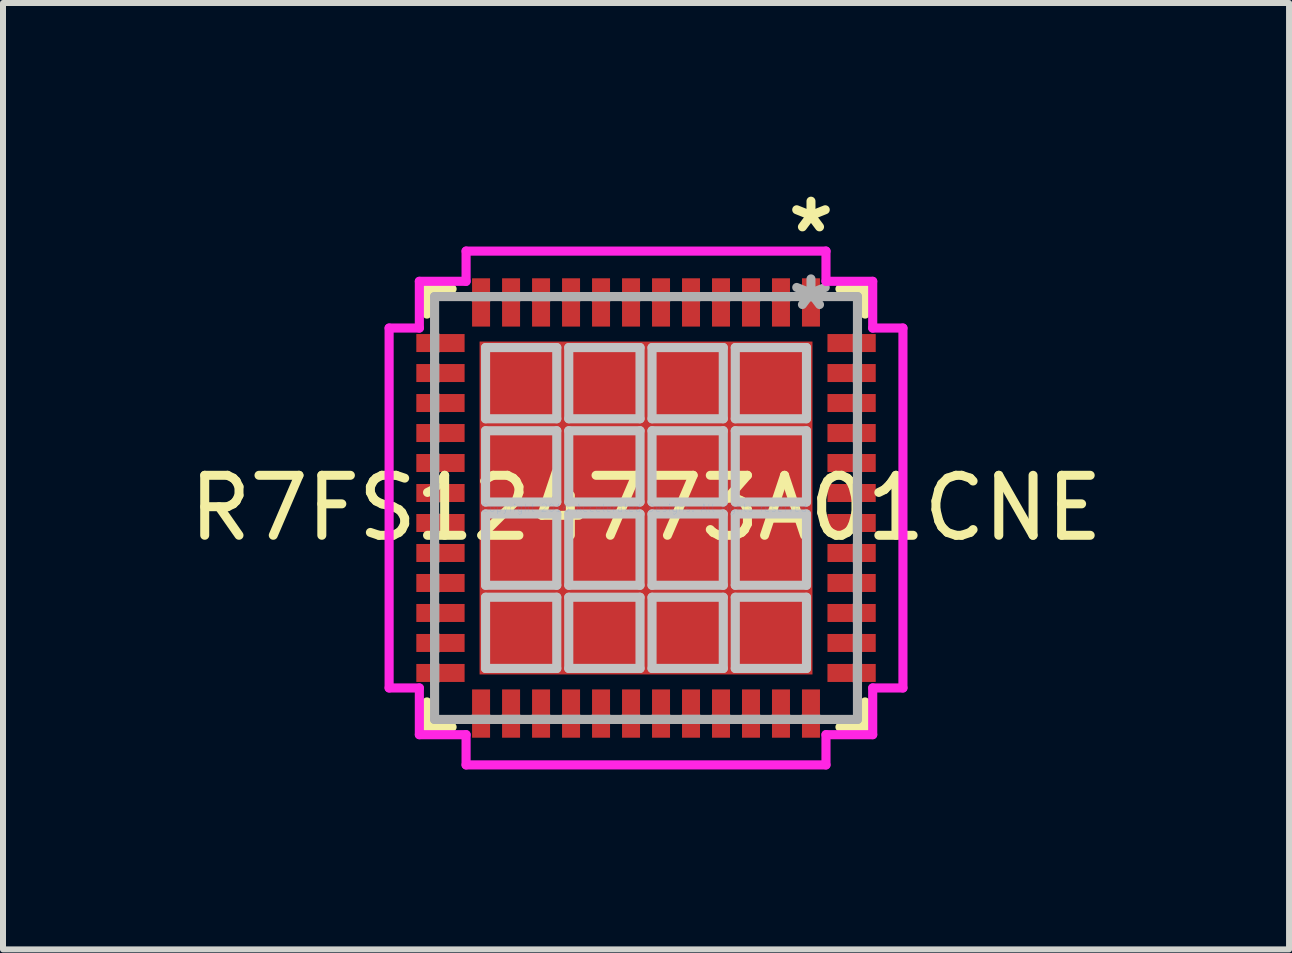
<source format=kicad_pcb>
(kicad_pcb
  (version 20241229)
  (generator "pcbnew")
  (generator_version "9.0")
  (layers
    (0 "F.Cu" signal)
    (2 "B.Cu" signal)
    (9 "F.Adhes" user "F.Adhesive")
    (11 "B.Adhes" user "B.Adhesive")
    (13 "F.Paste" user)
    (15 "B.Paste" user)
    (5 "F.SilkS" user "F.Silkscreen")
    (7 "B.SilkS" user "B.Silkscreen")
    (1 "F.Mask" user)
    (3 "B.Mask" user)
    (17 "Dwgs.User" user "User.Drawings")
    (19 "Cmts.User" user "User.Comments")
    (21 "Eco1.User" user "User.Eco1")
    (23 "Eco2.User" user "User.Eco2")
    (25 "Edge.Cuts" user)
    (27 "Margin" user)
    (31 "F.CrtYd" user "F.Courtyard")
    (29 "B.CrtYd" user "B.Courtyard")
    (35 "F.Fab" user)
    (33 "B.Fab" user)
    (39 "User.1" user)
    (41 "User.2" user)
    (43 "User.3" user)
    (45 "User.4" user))
  (footprint "R7FS124773A01CNE"
    (layer "F.Cu")
    (at 7.72 5.419)
    (property "Reference" "R7FS124773A01CNE" (at 0 0 0) (layer "F.SilkS") (effects (font (size 1 1) (thickness 0.15))))
    (attr through_hole)
    (fp_line (start -3.652 -3.652) (end -3.652 -3.233) (stroke (width 0.152) (type solid)) (layer "F.SilkS"))
    (fp_line (start -3.652 3.233) (end -3.652 3.652) (stroke (width 0.152) (type solid)) (layer "F.SilkS"))
    (fp_line (start -3.652 3.652) (end -3.233 3.652) (stroke (width 0.152) (type solid)) (layer "F.SilkS"))
    (fp_line (start -3.233 -3.652) (end -3.652 -3.652) (stroke (width 0.152) (type solid)) (layer "F.SilkS"))
    (fp_line (start 3.233 3.652) (end 3.652 3.652) (stroke (width 0.152) (type solid)) (layer "F.SilkS"))
    (fp_line (start 3.652 -3.652) (end 3.233 -3.652) (stroke (width 0.152) (type solid)) (layer "F.SilkS"))
    (fp_line (start 3.652 -3.233) (end 3.652 -3.652) (stroke (width 0.152) (type solid)) (layer "F.SilkS"))
    (fp_line (start 3.652 3.652) (end 3.652 3.233) (stroke (width 0.152) (type solid)) (layer "F.SilkS"))
    (fp_line (start -2.675 -2.675) (end -2.675 -1.488) (stroke (width 0.152) (type solid)) (layer "Dwgs.User"))
    (fp_line (start -2.675 -1.488) (end -1.488 -1.488) (stroke (width 0.152) (type solid)) (layer "Dwgs.User"))
    (fp_line (start -2.675 -1.288) (end -2.675 -0.1) (stroke (width 0.152) (type solid)) (layer "Dwgs.User"))
    (fp_line (start -2.675 -0.1) (end -1.488 -0.1) (stroke (width 0.152) (type solid)) (layer "Dwgs.User"))
    (fp_line (start -2.675 0.1) (end -2.675 1.288) (stroke (width 0.152) (type solid)) (layer "Dwgs.User"))
    (fp_line (start -2.675 1.288) (end -1.488 1.288) (stroke (width 0.152) (type solid)) (layer "Dwgs.User"))
    (fp_line (start -2.675 1.488) (end -2.675 2.675) (stroke (width 0.152) (type solid)) (layer "Dwgs.User"))
    (fp_line (start -2.675 2.675) (end -1.488 2.675) (stroke (width 0.152) (type solid)) (layer "Dwgs.User"))
    (fp_line (start -1.488 -2.675) (end -2.675 -2.675) (stroke (width 0.152) (type solid)) (layer "Dwgs.User"))
    (fp_line (start -1.488 -1.488) (end -1.488 -2.675) (stroke (width 0.152) (type solid)) (layer "Dwgs.User"))
    (fp_line (start -1.488 -1.288) (end -2.675 -1.288) (stroke (width 0.152) (type solid)) (layer "Dwgs.User"))
    (fp_line (start -1.488 -0.1) (end -1.488 -1.288) (stroke (width 0.152) (type solid)) (layer "Dwgs.User"))
    (fp_line (start -1.488 0.1) (end -2.675 0.1) (stroke (width 0.152) (type solid)) (layer "Dwgs.User"))
    (fp_line (start -1.488 1.288) (end -1.488 0.1) (stroke (width 0.152) (type solid)) (layer "Dwgs.User"))
    (fp_line (start -1.488 1.488) (end -2.675 1.488) (stroke (width 0.152) (type solid)) (layer "Dwgs.User"))
    (fp_line (start -1.488 2.675) (end -1.488 1.488) (stroke (width 0.152) (type solid)) (layer "Dwgs.User"))
    (fp_line (start -1.288 -2.675) (end -1.288 -1.488) (stroke (width 0.152) (type solid)) (layer "Dwgs.User"))
    (fp_line (start -1.288 -1.488) (end -0.1 -1.488) (stroke (width 0.152) (type solid)) (layer "Dwgs.User"))
    (fp_line (start -1.288 -1.288) (end -1.288 -0.1) (stroke (width 0.152) (type solid)) (layer "Dwgs.User"))
    (fp_line (start -1.288 -0.1) (end -0.1 -0.1) (stroke (width 0.152) (type solid)) (layer "Dwgs.User"))
    (fp_line (start -1.288 0.1) (end -1.288 1.288) (stroke (width 0.152) (type solid)) (layer "Dwgs.User"))
    (fp_line (start -1.288 1.288) (end -0.1 1.288) (stroke (width 0.152) (type solid)) (layer "Dwgs.User"))
    (fp_line (start -1.288 1.488) (end -1.288 2.675) (stroke (width 0.152) (type solid)) (layer "Dwgs.User"))
    (fp_line (start -1.288 2.675) (end -0.1 2.675) (stroke (width 0.152) (type solid)) (layer "Dwgs.User"))
    (fp_line (start -0.1 -2.675) (end -1.288 -2.675) (stroke (width 0.152) (type solid)) (layer "Dwgs.User"))
    (fp_line (start -0.1 -1.488) (end -0.1 -2.675) (stroke (width 0.152) (type solid)) (layer "Dwgs.User"))
    (fp_line (start -0.1 -1.288) (end -1.288 -1.288) (stroke (width 0.152) (type solid)) (layer "Dwgs.User"))
    (fp_line (start -0.1 -0.1) (end -0.1 -1.288) (stroke (width 0.152) (type solid)) (layer "Dwgs.User"))
    (fp_line (start -0.1 0.1) (end -1.288 0.1) (stroke (width 0.152) (type solid)) (layer "Dwgs.User"))
    (fp_line (start -0.1 1.288) (end -0.1 0.1) (stroke (width 0.152) (type solid)) (layer "Dwgs.User"))
    (fp_line (start -0.1 1.488) (end -1.288 1.488) (stroke (width 0.152) (type solid)) (layer "Dwgs.User"))
    (fp_line (start -0.1 2.675) (end -0.1 1.488) (stroke (width 0.152) (type solid)) (layer "Dwgs.User"))
    (fp_line (start 0.1 -2.675) (end 0.1 -1.488) (stroke (width 0.152) (type solid)) (layer "Dwgs.User"))
    (fp_line (start 0.1 -1.488) (end 1.288 -1.488) (stroke (width 0.152) (type solid)) (layer "Dwgs.User"))
    (fp_line (start 0.1 -1.288) (end 0.1 -0.1) (stroke (width 0.152) (type solid)) (layer "Dwgs.User"))
    (fp_line (start 0.1 -0.1) (end 1.288 -0.1) (stroke (width 0.152) (type solid)) (layer "Dwgs.User"))
    (fp_line (start 0.1 0.1) (end 0.1 1.288) (stroke (width 0.152) (type solid)) (layer "Dwgs.User"))
    (fp_line (start 0.1 1.288) (end 1.288 1.288) (stroke (width 0.152) (type solid)) (layer "Dwgs.User"))
    (fp_line (start 0.1 1.488) (end 0.1 2.675) (stroke (width 0.152) (type solid)) (layer "Dwgs.User"))
    (fp_line (start 0.1 2.675) (end 1.288 2.675) (stroke (width 0.152) (type solid)) (layer "Dwgs.User"))
    (fp_line (start 1.288 -2.675) (end 0.1 -2.675) (stroke (width 0.152) (type solid)) (layer "Dwgs.User"))
    (fp_line (start 1.288 -1.488) (end 1.288 -2.675) (stroke (width 0.152) (type solid)) (layer "Dwgs.User"))
    (fp_line (start 1.288 -1.288) (end 0.1 -1.288) (stroke (width 0.152) (type solid)) (layer "Dwgs.User"))
    (fp_line (start 1.288 -0.1) (end 1.288 -1.288) (stroke (width 0.152) (type solid)) (layer "Dwgs.User"))
    (fp_line (start 1.288 0.1) (end 0.1 0.1) (stroke (width 0.152) (type solid)) (layer "Dwgs.User"))
    (fp_line (start 1.288 1.288) (end 1.288 0.1) (stroke (width 0.152) (type solid)) (layer "Dwgs.User"))
    (fp_line (start 1.288 1.488) (end 0.1 1.488) (stroke (width 0.152) (type solid)) (layer "Dwgs.User"))
    (fp_line (start 1.288 2.675) (end 1.288 1.488) (stroke (width 0.152) (type solid)) (layer "Dwgs.User"))
    (fp_line (start 1.488 -2.675) (end 1.488 -1.488) (stroke (width 0.152) (type solid)) (layer "Dwgs.User"))
    (fp_line (start 1.488 -1.488) (end 2.675 -1.488) (stroke (width 0.152) (type solid)) (layer "Dwgs.User"))
    (fp_line (start 1.488 -1.288) (end 1.488 -0.1) (stroke (width 0.152) (type solid)) (layer "Dwgs.User"))
    (fp_line (start 1.488 -0.1) (end 2.675 -0.1) (stroke (width 0.152) (type solid)) (layer "Dwgs.User"))
    (fp_line (start 1.488 0.1) (end 1.488 1.288) (stroke (width 0.152) (type solid)) (layer "Dwgs.User"))
    (fp_line (start 1.488 1.288) (end 2.675 1.288) (stroke (width 0.152) (type solid)) (layer "Dwgs.User"))
    (fp_line (start 1.488 1.488) (end 1.488 2.675) (stroke (width 0.152) (type solid)) (layer "Dwgs.User"))
    (fp_line (start 1.488 2.675) (end 2.675 2.675) (stroke (width 0.152) (type solid)) (layer "Dwgs.User"))
    (fp_line (start 2.675 -2.675) (end 1.488 -2.675) (stroke (width 0.152) (type solid)) (layer "Dwgs.User"))
    (fp_line (start 2.675 -1.488) (end 2.675 -2.675) (stroke (width 0.152) (type solid)) (layer "Dwgs.User"))
    (fp_line (start 2.675 -1.288) (end 1.488 -1.288) (stroke (width 0.152) (type solid)) (layer "Dwgs.User"))
    (fp_line (start 2.675 -0.1) (end 2.675 -1.288) (stroke (width 0.152) (type solid)) (layer "Dwgs.User"))
    (fp_line (start 2.675 0.1) (end 1.488 0.1) (stroke (width 0.152) (type solid)) (layer "Dwgs.User"))
    (fp_line (start 2.675 1.288) (end 2.675 0.1) (stroke (width 0.152) (type solid)) (layer "Dwgs.User"))
    (fp_line (start 2.675 1.488) (end 1.488 1.488) (stroke (width 0.152) (type solid)) (layer "Dwgs.User"))
    (fp_line (start 2.675 2.675) (end 2.675 1.488) (stroke (width 0.152) (type solid)) (layer "Dwgs.User"))
    (fp_line (start -4.283 -3) (end -3.779 -3) (stroke (width 0.152) (type solid)) (layer "F.CrtYd"))
    (fp_line (start -4.283 3) (end -4.283 -3) (stroke (width 0.152) (type solid)) (layer "F.CrtYd"))
    (fp_line (start -3.779 -3.779) (end -3 -3.779) (stroke (width 0.152) (type solid)) (layer "F.CrtYd"))
    (fp_line (start -3.779 -3) (end -3.779 -3.779) (stroke (width 0.152) (type solid)) (layer "F.CrtYd"))
    (fp_line (start -3.779 3) (end -4.283 3) (stroke (width 0.152) (type solid)) (layer "F.CrtYd"))
    (fp_line (start -3.779 3.779) (end -3.779 3) (stroke (width 0.152) (type solid)) (layer "F.CrtYd"))
    (fp_line (start -3 -4.283) (end 3 -4.283) (stroke (width 0.152) (type solid)) (layer "F.CrtYd"))
    (fp_line (start -3 -3.779) (end -3 -4.283) (stroke (width 0.152) (type solid)) (layer "F.CrtYd"))
    (fp_line (start -3 3.779) (end -3.779 3.779) (stroke (width 0.152) (type solid)) (layer "F.CrtYd"))
    (fp_line (start -3 4.283) (end -3 3.779) (stroke (width 0.152) (type solid)) (layer "F.CrtYd"))
    (fp_line (start 3 -4.283) (end 3 -3.779) (stroke (width 0.152) (type solid)) (layer "F.CrtYd"))
    (fp_line (start 3 -3.779) (end 3.779 -3.779) (stroke (width 0.152) (type solid)) (layer "F.CrtYd"))
    (fp_line (start 3 3.779) (end 3 4.283) (stroke (width 0.152) (type solid)) (layer "F.CrtYd"))
    (fp_line (start 3 4.283) (end -3 4.283) (stroke (width 0.152) (type solid)) (layer "F.CrtYd"))
    (fp_line (start 3.779 -3.779) (end 3.779 -3) (stroke (width 0.152) (type solid)) (layer "F.CrtYd"))
    (fp_line (start 3.779 -3) (end 4.283 -3) (stroke (width 0.152) (type solid)) (layer "F.CrtYd"))
    (fp_line (start 3.779 3) (end 3.779 3.779) (stroke (width 0.152) (type solid)) (layer "F.CrtYd"))
    (fp_line (start 3.779 3.779) (end 3 3.779) (stroke (width 0.152) (type solid)) (layer "F.CrtYd"))
    (fp_line (start 4.283 -3) (end 4.283 3) (stroke (width 0.152) (type solid)) (layer "F.CrtYd"))
    (fp_line (start 4.283 3) (end 3.779 3) (stroke (width 0.152) (type solid)) (layer "F.CrtYd"))
    (fp_line (start -3.525 -3.525) (end -3.525 3.525) (stroke (width 0.152) (type solid)) (layer "F.Fab"))
    (fp_line (start -3.525 -2.9) (end -3.525 -2.9) (stroke (width 0.152) (type solid)) (layer "F.Fab"))
    (fp_line (start -3.525 -2.9) (end -3.525 -2.6) (stroke (width 0.152) (type solid)) (layer "F.Fab"))
    (fp_line (start -3.525 -2.6) (end -3.525 -2.9) (stroke (width 0.152) (type solid)) (layer "F.Fab"))
    (fp_line (start -3.525 -2.6) (end -3.525 -2.6) (stroke (width 0.152) (type solid)) (layer "F.Fab"))
    (fp_line (start -3.525 -2.4) (end -3.525 -2.4) (stroke (width 0.152) (type solid)) (layer "F.Fab"))
    (fp_line (start -3.525 -2.4) (end -3.525 -2.1) (stroke (width 0.152) (type solid)) (layer "F.Fab"))
    (fp_line (start -3.525 -2.1) (end -3.525 -2.4) (stroke (width 0.152) (type solid)) (layer "F.Fab"))
    (fp_line (start -3.525 -2.1) (end -3.525 -2.1) (stroke (width 0.152) (type solid)) (layer "F.Fab"))
    (fp_line (start -3.525 -1.9) (end -3.525 -1.9) (stroke (width 0.152) (type solid)) (layer "F.Fab"))
    (fp_line (start -3.525 -1.9) (end -3.525 -1.6) (stroke (width 0.152) (type solid)) (layer "F.Fab"))
    (fp_line (start -3.525 -1.6) (end -3.525 -1.9) (stroke (width 0.152) (type solid)) (layer "F.Fab"))
    (fp_line (start -3.525 -1.6) (end -3.525 -1.6) (stroke (width 0.152) (type solid)) (layer "F.Fab"))
    (fp_line (start -3.525 -1.4) (end -3.525 -1.4) (stroke (width 0.152) (type solid)) (layer "F.Fab"))
    (fp_line (start -3.525 -1.4) (end -3.525 -1.1) (stroke (width 0.152) (type solid)) (layer "F.Fab"))
    (fp_line (start -3.525 -1.1) (end -3.525 -1.4) (stroke (width 0.152) (type solid)) (layer "F.Fab"))
    (fp_line (start -3.525 -1.1) (end -3.525 -1.1) (stroke (width 0.152) (type solid)) (layer "F.Fab"))
    (fp_line (start -3.525 -0.9) (end -3.525 -0.9) (stroke (width 0.152) (type solid)) (layer "F.Fab"))
    (fp_line (start -3.525 -0.9) (end -3.525 -0.6) (stroke (width 0.152) (type solid)) (layer "F.Fab"))
    (fp_line (start -3.525 -0.6) (end -3.525 -0.9) (stroke (width 0.152) (type solid)) (layer "F.Fab"))
    (fp_line (start -3.525 -0.6) (end -3.525 -0.6) (stroke (width 0.152) (type solid)) (layer "F.Fab"))
    (fp_line (start -3.525 -0.4) (end -3.525 -0.4) (stroke (width 0.152) (type solid)) (layer "F.Fab"))
    (fp_line (start -3.525 -0.4) (end -3.525 -0.1) (stroke (width 0.152) (type solid)) (layer "F.Fab"))
    (fp_line (start -3.525 -0.1) (end -3.525 -0.4) (stroke (width 0.152) (type solid)) (layer "F.Fab"))
    (fp_line (start -3.525 -0.1) (end -3.525 -0.1) (stroke (width 0.152) (type solid)) (layer "F.Fab"))
    (fp_line (start -3.525 0.1) (end -3.525 0.1) (stroke (width 0.152) (type solid)) (layer "F.Fab"))
    (fp_line (start -3.525 0.1) (end -3.525 0.4) (stroke (width 0.152) (type solid)) (layer "F.Fab"))
    (fp_line (start -3.525 0.4) (end -3.525 0.1) (stroke (width 0.152) (type solid)) (layer "F.Fab"))
    (fp_line (start -3.525 0.4) (end -3.525 0.4) (stroke (width 0.152) (type solid)) (layer "F.Fab"))
    (fp_line (start -3.525 0.6) (end -3.525 0.6) (stroke (width 0.152) (type solid)) (layer "F.Fab"))
    (fp_line (start -3.525 0.6) (end -3.525 0.9) (stroke (width 0.152) (type solid)) (layer "F.Fab"))
    (fp_line (start -3.525 0.9) (end -3.525 0.6) (stroke (width 0.152) (type solid)) (layer "F.Fab"))
    (fp_line (start -3.525 0.9) (end -3.525 0.9) (stroke (width 0.152) (type solid)) (layer "F.Fab"))
    (fp_line (start -3.525 1.1) (end -3.525 1.1) (stroke (width 0.152) (type solid)) (layer "F.Fab"))
    (fp_line (start -3.525 1.1) (end -3.525 1.4) (stroke (width 0.152) (type solid)) (layer "F.Fab"))
    (fp_line (start -3.525 1.4) (end -3.525 1.1) (stroke (width 0.152) (type solid)) (layer "F.Fab"))
    (fp_line (start -3.525 1.4) (end -3.525 1.4) (stroke (width 0.152) (type solid)) (layer "F.Fab"))
    (fp_line (start -3.525 1.6) (end -3.525 1.6) (stroke (width 0.152) (type solid)) (layer "F.Fab"))
    (fp_line (start -3.525 1.6) (end -3.525 1.9) (stroke (width 0.152) (type solid)) (layer "F.Fab"))
    (fp_line (start -3.525 1.9) (end -3.525 1.6) (stroke (width 0.152) (type solid)) (layer "F.Fab"))
    (fp_line (start -3.525 1.9) (end -3.525 1.9) (stroke (width 0.152) (type solid)) (layer "F.Fab"))
    (fp_line (start -3.525 2.1) (end -3.525 2.1) (stroke (width 0.152) (type solid)) (layer "F.Fab"))
    (fp_line (start -3.525 2.1) (end -3.525 2.4) (stroke (width 0.152) (type solid)) (layer "F.Fab"))
    (fp_line (start -3.525 2.4) (end -3.525 2.1) (stroke (width 0.152) (type solid)) (layer "F.Fab"))
    (fp_line (start -3.525 2.4) (end -3.525 2.4) (stroke (width 0.152) (type solid)) (layer "F.Fab"))
    (fp_line (start -3.525 2.6) (end -3.525 2.6) (stroke (width 0.152) (type solid)) (layer "F.Fab"))
    (fp_line (start -3.525 2.6) (end -3.525 2.9) (stroke (width 0.152) (type solid)) (layer "F.Fab"))
    (fp_line (start -3.525 2.9) (end -3.525 2.6) (stroke (width 0.152) (type solid)) (layer "F.Fab"))
    (fp_line (start -3.525 2.9) (end -3.525 2.9) (stroke (width 0.152) (type solid)) (layer "F.Fab"))
    (fp_line (start -3.525 3.525) (end 3.525 3.525) (stroke (width 0.152) (type solid)) (layer "F.Fab"))
    (fp_line (start -2.9 -3.525) (end -2.9 -3.525) (stroke (width 0.152) (type solid)) (layer "F.Fab"))
    (fp_line (start -2.9 -3.525) (end -2.6 -3.525) (stroke (width 0.152) (type solid)) (layer "F.Fab"))
    (fp_line (start -2.9 3.525) (end -2.9 3.525) (stroke (width 0.152) (type solid)) (layer "F.Fab"))
    (fp_line (start -2.9 3.525) (end -2.6 3.525) (stroke (width 0.152) (type solid)) (layer "F.Fab"))
    (fp_line (start -2.6 -3.525) (end -2.9 -3.525) (stroke (width 0.152) (type solid)) (layer "F.Fab"))
    (fp_line (start -2.6 -3.525) (end -2.6 -3.525) (stroke (width 0.152) (type solid)) (layer "F.Fab"))
    (fp_line (start -2.6 3.525) (end -2.9 3.525) (stroke (width 0.152) (type solid)) (layer "F.Fab"))
    (fp_line (start -2.6 3.525) (end -2.6 3.525) (stroke (width 0.152) (type solid)) (layer "F.Fab"))
    (fp_line (start -2.4 -3.525) (end -2.4 -3.525) (stroke (width 0.152) (type solid)) (layer "F.Fab"))
    (fp_line (start -2.4 -3.525) (end -2.1 -3.525) (stroke (width 0.152) (type solid)) (layer "F.Fab"))
    (fp_line (start -2.4 3.525) (end -2.4 3.525) (stroke (width 0.152) (type solid)) (layer "F.Fab"))
    (fp_line (start -2.4 3.525) (end -2.1 3.525) (stroke (width 0.152) (type solid)) (layer "F.Fab"))
    (fp_line (start -2.1 -3.525) (end -2.4 -3.525) (stroke (width 0.152) (type solid)) (layer "F.Fab"))
    (fp_line (start -2.1 -3.525) (end -2.1 -3.525) (stroke (width 0.152) (type solid)) (layer "F.Fab"))
    (fp_line (start -2.1 3.525) (end -2.4 3.525) (stroke (width 0.152) (type solid)) (layer "F.Fab"))
    (fp_line (start -2.1 3.525) (end -2.1 3.525) (stroke (width 0.152) (type solid)) (layer "F.Fab"))
    (fp_line (start -1.9 -3.525) (end -1.9 -3.525) (stroke (width 0.152) (type solid)) (layer "F.Fab"))
    (fp_line (start -1.9 -3.525) (end -1.6 -3.525) (stroke (width 0.152) (type solid)) (layer "F.Fab"))
    (fp_line (start -1.9 3.525) (end -1.9 3.525) (stroke (width 0.152) (type solid)) (layer "F.Fab"))
    (fp_line (start -1.9 3.525) (end -1.6 3.525) (stroke (width 0.152) (type solid)) (layer "F.Fab"))
    (fp_line (start -1.6 -3.525) (end -1.9 -3.525) (stroke (width 0.152) (type solid)) (layer "F.Fab"))
    (fp_line (start -1.6 -3.525) (end -1.6 -3.525) (stroke (width 0.152) (type solid)) (layer "F.Fab"))
    (fp_line (start -1.6 3.525) (end -1.9 3.525) (stroke (width 0.152) (type solid)) (layer "F.Fab"))
    (fp_line (start -1.6 3.525) (end -1.6 3.525) (stroke (width 0.152) (type solid)) (layer "F.Fab"))
    (fp_line (start -1.4 -3.525) (end -1.4 -3.525) (stroke (width 0.152) (type solid)) (layer "F.Fab"))
    (fp_line (start -1.4 -3.525) (end -1.1 -3.525) (stroke (width 0.152) (type solid)) (layer "F.Fab"))
    (fp_line (start -1.4 3.525) (end -1.4 3.525) (stroke (width 0.152) (type solid)) (layer "F.Fab"))
    (fp_line (start -1.4 3.525) (end -1.1 3.525) (stroke (width 0.152) (type solid)) (layer "F.Fab"))
    (fp_line (start -1.1 -3.525) (end -1.4 -3.525) (stroke (width 0.152) (type solid)) (layer "F.Fab"))
    (fp_line (start -1.1 -3.525) (end -1.1 -3.525) (stroke (width 0.152) (type solid)) (layer "F.Fab"))
    (fp_line (start -1.1 3.525) (end -1.4 3.525) (stroke (width 0.152) (type solid)) (layer "F.Fab"))
    (fp_line (start -1.1 3.525) (end -1.1 3.525) (stroke (width 0.152) (type solid)) (layer "F.Fab"))
    (fp_line (start -0.9 -3.525) (end -0.9 -3.525) (stroke (width 0.152) (type solid)) (layer "F.Fab"))
    (fp_line (start -0.9 -3.525) (end -0.6 -3.525) (stroke (width 0.152) (type solid)) (layer "F.Fab"))
    (fp_line (start -0.9 3.525) (end -0.9 3.525) (stroke (width 0.152) (type solid)) (layer "F.Fab"))
    (fp_line (start -0.9 3.525) (end -0.6 3.525) (stroke (width 0.152) (type solid)) (layer "F.Fab"))
    (fp_line (start -0.6 -3.525) (end -0.9 -3.525) (stroke (width 0.152) (type solid)) (layer "F.Fab"))
    (fp_line (start -0.6 -3.525) (end -0.6 -3.525) (stroke (width 0.152) (type solid)) (layer "F.Fab"))
    (fp_line (start -0.6 3.525) (end -0.9 3.525) (stroke (width 0.152) (type solid)) (layer "F.Fab"))
    (fp_line (start -0.6 3.525) (end -0.6 3.525) (stroke (width 0.152) (type solid)) (layer "F.Fab"))
    (fp_line (start -0.4 -3.525) (end -0.4 -3.525) (stroke (width 0.152) (type solid)) (layer "F.Fab"))
    (fp_line (start -0.4 -3.525) (end -0.1 -3.525) (stroke (width 0.152) (type solid)) (layer "F.Fab"))
    (fp_line (start -0.4 3.525) (end -0.4 3.525) (stroke (width 0.152) (type solid)) (layer "F.Fab"))
    (fp_line (start -0.4 3.525) (end -0.1 3.525) (stroke (width 0.152) (type solid)) (layer "F.Fab"))
    (fp_line (start -0.1 -3.525) (end -0.4 -3.525) (stroke (width 0.152) (type solid)) (layer "F.Fab"))
    (fp_line (start -0.1 -3.525) (end -0.1 -3.525) (stroke (width 0.152) (type solid)) (layer "F.Fab"))
    (fp_line (start -0.1 3.525) (end -0.4 3.525) (stroke (width 0.152) (type solid)) (layer "F.Fab"))
    (fp_line (start -0.1 3.525) (end -0.1 3.525) (stroke (width 0.152) (type solid)) (layer "F.Fab"))
    (fp_line (start 0.1 -3.525) (end 0.1 -3.525) (stroke (width 0.152) (type solid)) (layer "F.Fab"))
    (fp_line (start 0.1 -3.525) (end 0.4 -3.525) (stroke (width 0.152) (type solid)) (layer "F.Fab"))
    (fp_line (start 0.1 3.525) (end 0.1 3.525) (stroke (width 0.152) (type solid)) (layer "F.Fab"))
    (fp_line (start 0.1 3.525) (end 0.4 3.525) (stroke (width 0.152) (type solid)) (layer "F.Fab"))
    (fp_line (start 0.4 -3.525) (end 0.1 -3.525) (stroke (width 0.152) (type solid)) (layer "F.Fab"))
    (fp_line (start 0.4 -3.525) (end 0.4 -3.525) (stroke (width 0.152) (type solid)) (layer "F.Fab"))
    (fp_line (start 0.4 3.525) (end 0.1 3.525) (stroke (width 0.152) (type solid)) (layer "F.Fab"))
    (fp_line (start 0.4 3.525) (end 0.4 3.525) (stroke (width 0.152) (type solid)) (layer "F.Fab"))
    (fp_line (start 0.6 -3.525) (end 0.6 -3.525) (stroke (width 0.152) (type solid)) (layer "F.Fab"))
    (fp_line (start 0.6 -3.525) (end 0.9 -3.525) (stroke (width 0.152) (type solid)) (layer "F.Fab"))
    (fp_line (start 0.6 3.525) (end 0.6 3.525) (stroke (width 0.152) (type solid)) (layer "F.Fab"))
    (fp_line (start 0.6 3.525) (end 0.9 3.525) (stroke (width 0.152) (type solid)) (layer "F.Fab"))
    (fp_line (start 0.9 -3.525) (end 0.6 -3.525) (stroke (width 0.152) (type solid)) (layer "F.Fab"))
    (fp_line (start 0.9 -3.525) (end 0.9 -3.525) (stroke (width 0.152) (type solid)) (layer "F.Fab"))
    (fp_line (start 0.9 3.525) (end 0.6 3.525) (stroke (width 0.152) (type solid)) (layer "F.Fab"))
    (fp_line (start 0.9 3.525) (end 0.9 3.525) (stroke (width 0.152) (type solid)) (layer "F.Fab"))
    (fp_line (start 1.1 -3.525) (end 1.1 -3.525) (stroke (width 0.152) (type solid)) (layer "F.Fab"))
    (fp_line (start 1.1 -3.525) (end 1.4 -3.525) (stroke (width 0.152) (type solid)) (layer "F.Fab"))
    (fp_line (start 1.1 3.525) (end 1.1 3.525) (stroke (width 0.152) (type solid)) (layer "F.Fab"))
    (fp_line (start 1.1 3.525) (end 1.4 3.525) (stroke (width 0.152) (type solid)) (layer "F.Fab"))
    (fp_line (start 1.4 -3.525) (end 1.1 -3.525) (stroke (width 0.152) (type solid)) (layer "F.Fab"))
    (fp_line (start 1.4 -3.525) (end 1.4 -3.525) (stroke (width 0.152) (type solid)) (layer "F.Fab"))
    (fp_line (start 1.4 3.525) (end 1.1 3.525) (stroke (width 0.152) (type solid)) (layer "F.Fab"))
    (fp_line (start 1.4 3.525) (end 1.4 3.525) (stroke (width 0.152) (type solid)) (layer "F.Fab"))
    (fp_line (start 1.6 -3.525) (end 1.6 -3.525) (stroke (width 0.152) (type solid)) (layer "F.Fab"))
    (fp_line (start 1.6 -3.525) (end 1.9 -3.525) (stroke (width 0.152) (type solid)) (layer "F.Fab"))
    (fp_line (start 1.6 3.525) (end 1.6 3.525) (stroke (width 0.152) (type solid)) (layer "F.Fab"))
    (fp_line (start 1.6 3.525) (end 1.9 3.525) (stroke (width 0.152) (type solid)) (layer "F.Fab"))
    (fp_line (start 1.9 -3.525) (end 1.6 -3.525) (stroke (width 0.152) (type solid)) (layer "F.Fab"))
    (fp_line (start 1.9 -3.525) (end 1.9 -3.525) (stroke (width 0.152) (type solid)) (layer "F.Fab"))
    (fp_line (start 1.9 3.525) (end 1.6 3.525) (stroke (width 0.152) (type solid)) (layer "F.Fab"))
    (fp_line (start 1.9 3.525) (end 1.9 3.525) (stroke (width 0.152) (type solid)) (layer "F.Fab"))
    (fp_line (start 2.1 -3.525) (end 2.1 -3.525) (stroke (width 0.152) (type solid)) (layer "F.Fab"))
    (fp_line (start 2.1 -3.525) (end 2.4 -3.525) (stroke (width 0.152) (type solid)) (layer "F.Fab"))
    (fp_line (start 2.1 3.525) (end 2.1 3.525) (stroke (width 0.152) (type solid)) (layer "F.Fab"))
    (fp_line (start 2.1 3.525) (end 2.4 3.525) (stroke (width 0.152) (type solid)) (layer "F.Fab"))
    (fp_line (start 2.4 -3.525) (end 2.1 -3.525) (stroke (width 0.152) (type solid)) (layer "F.Fab"))
    (fp_line (start 2.4 -3.525) (end 2.4 -3.525) (stroke (width 0.152) (type solid)) (layer "F.Fab"))
    (fp_line (start 2.4 3.525) (end 2.1 3.525) (stroke (width 0.152) (type solid)) (layer "F.Fab"))
    (fp_line (start 2.4 3.525) (end 2.4 3.525) (stroke (width 0.152) (type solid)) (layer "F.Fab"))
    (fp_line (start 2.6 -3.525) (end 2.6 -3.525) (stroke (width 0.152) (type solid)) (layer "F.Fab"))
    (fp_line (start 2.6 -3.525) (end 2.9 -3.525) (stroke (width 0.152) (type solid)) (layer "F.Fab"))
    (fp_line (start 2.6 3.525) (end 2.6 3.525) (stroke (width 0.152) (type solid)) (layer "F.Fab"))
    (fp_line (start 2.6 3.525) (end 2.9 3.525) (stroke (width 0.152) (type solid)) (layer "F.Fab"))
    (fp_line (start 2.9 -3.525) (end 2.6 -3.525) (stroke (width 0.152) (type solid)) (layer "F.Fab"))
    (fp_line (start 2.9 -3.525) (end 2.9 -3.525) (stroke (width 0.152) (type solid)) (layer "F.Fab"))
    (fp_line (start 2.9 3.525) (end 2.6 3.525) (stroke (width 0.152) (type solid)) (layer "F.Fab"))
    (fp_line (start 2.9 3.525) (end 2.9 3.525) (stroke (width 0.152) (type solid)) (layer "F.Fab"))
    (fp_line (start 3.525 -3.525) (end -3.525 -3.525) (stroke (width 0.152) (type solid)) (layer "F.Fab"))
    (fp_line (start 3.525 -2.9) (end 3.525 -2.9) (stroke (width 0.152) (type solid)) (layer "F.Fab"))
    (fp_line (start 3.525 -2.9) (end 3.525 -2.6) (stroke (width 0.152) (type solid)) (layer "F.Fab"))
    (fp_line (start 3.525 -2.6) (end 3.525 -2.9) (stroke (width 0.152) (type solid)) (layer "F.Fab"))
    (fp_line (start 3.525 -2.6) (end 3.525 -2.6) (stroke (width 0.152) (type solid)) (layer "F.Fab"))
    (fp_line (start 3.525 -2.4) (end 3.525 -2.4) (stroke (width 0.152) (type solid)) (layer "F.Fab"))
    (fp_line (start 3.525 -2.4) (end 3.525 -2.1) (stroke (width 0.152) (type solid)) (layer "F.Fab"))
    (fp_line (start 3.525 -2.1) (end 3.525 -2.4) (stroke (width 0.152) (type solid)) (layer "F.Fab"))
    (fp_line (start 3.525 -2.1) (end 3.525 -2.1) (stroke (width 0.152) (type solid)) (layer "F.Fab"))
    (fp_line (start 3.525 -1.9) (end 3.525 -1.9) (stroke (width 0.152) (type solid)) (layer "F.Fab"))
    (fp_line (start 3.525 -1.9) (end 3.525 -1.6) (stroke (width 0.152) (type solid)) (layer "F.Fab"))
    (fp_line (start 3.525 -1.6) (end 3.525 -1.9) (stroke (width 0.152) (type solid)) (layer "F.Fab"))
    (fp_line (start 3.525 -1.6) (end 3.525 -1.6) (stroke (width 0.152) (type solid)) (layer "F.Fab"))
    (fp_line (start 3.525 -1.4) (end 3.525 -1.4) (stroke (width 0.152) (type solid)) (layer "F.Fab"))
    (fp_line (start 3.525 -1.4) (end 3.525 -1.1) (stroke (width 0.152) (type solid)) (layer "F.Fab"))
    (fp_line (start 3.525 -1.1) (end 3.525 -1.4) (stroke (width 0.152) (type solid)) (layer "F.Fab"))
    (fp_line (start 3.525 -1.1) (end 3.525 -1.1) (stroke (width 0.152) (type solid)) (layer "F.Fab"))
    (fp_line (start 3.525 -0.9) (end 3.525 -0.9) (stroke (width 0.152) (type solid)) (layer "F.Fab"))
    (fp_line (start 3.525 -0.9) (end 3.525 -0.6) (stroke (width 0.152) (type solid)) (layer "F.Fab"))
    (fp_line (start 3.525 -0.6) (end 3.525 -0.9) (stroke (width 0.152) (type solid)) (layer "F.Fab"))
    (fp_line (start 3.525 -0.6) (end 3.525 -0.6) (stroke (width 0.152) (type solid)) (layer "F.Fab"))
    (fp_line (start 3.525 -0.4) (end 3.525 -0.4) (stroke (width 0.152) (type solid)) (layer "F.Fab"))
    (fp_line (start 3.525 -0.4) (end 3.525 -0.1) (stroke (width 0.152) (type solid)) (layer "F.Fab"))
    (fp_line (start 3.525 -0.1) (end 3.525 -0.4) (stroke (width 0.152) (type solid)) (layer "F.Fab"))
    (fp_line (start 3.525 -0.1) (end 3.525 -0.1) (stroke (width 0.152) (type solid)) (layer "F.Fab"))
    (fp_line (start 3.525 0.1) (end 3.525 0.1) (stroke (width 0.152) (type solid)) (layer "F.Fab"))
    (fp_line (start 3.525 0.1) (end 3.525 0.4) (stroke (width 0.152) (type solid)) (layer "F.Fab"))
    (fp_line (start 3.525 0.4) (end 3.525 0.1) (stroke (width 0.152) (type solid)) (layer "F.Fab"))
    (fp_line (start 3.525 0.4) (end 3.525 0.4) (stroke (width 0.152) (type solid)) (layer "F.Fab"))
    (fp_line (start 3.525 0.6) (end 3.525 0.6) (stroke (width 0.152) (type solid)) (layer "F.Fab"))
    (fp_line (start 3.525 0.6) (end 3.525 0.9) (stroke (width 0.152) (type solid)) (layer "F.Fab"))
    (fp_line (start 3.525 0.9) (end 3.525 0.6) (stroke (width 0.152) (type solid)) (layer "F.Fab"))
    (fp_line (start 3.525 0.9) (end 3.525 0.9) (stroke (width 0.152) (type solid)) (layer "F.Fab"))
    (fp_line (start 3.525 1.1) (end 3.525 1.1) (stroke (width 0.152) (type solid)) (layer "F.Fab"))
    (fp_line (start 3.525 1.1) (end 3.525 1.4) (stroke (width 0.152) (type solid)) (layer "F.Fab"))
    (fp_line (start 3.525 1.4) (end 3.525 1.1) (stroke (width 0.152) (type solid)) (layer "F.Fab"))
    (fp_line (start 3.525 1.4) (end 3.525 1.4) (stroke (width 0.152) (type solid)) (layer "F.Fab"))
    (fp_line (start 3.525 1.6) (end 3.525 1.6) (stroke (width 0.152) (type solid)) (layer "F.Fab"))
    (fp_line (start 3.525 1.6) (end 3.525 1.9) (stroke (width 0.152) (type solid)) (layer "F.Fab"))
    (fp_line (start 3.525 1.9) (end 3.525 1.6) (stroke (width 0.152) (type solid)) (layer "F.Fab"))
    (fp_line (start 3.525 1.9) (end 3.525 1.9) (stroke (width 0.152) (type solid)) (layer "F.Fab"))
    (fp_line (start 3.525 2.1) (end 3.525 2.1) (stroke (width 0.152) (type solid)) (layer "F.Fab"))
    (fp_line (start 3.525 2.1) (end 3.525 2.4) (stroke (width 0.152) (type solid)) (layer "F.Fab"))
    (fp_line (start 3.525 2.4) (end 3.525 2.1) (stroke (width 0.152) (type solid)) (layer "F.Fab"))
    (fp_line (start 3.525 2.4) (end 3.525 2.4) (stroke (width 0.152) (type solid)) (layer "F.Fab"))
    (fp_line (start 3.525 2.6) (end 3.525 2.6) (stroke (width 0.152) (type solid)) (layer "F.Fab"))
    (fp_line (start 3.525 2.6) (end 3.525 2.9) (stroke (width 0.152) (type solid)) (layer "F.Fab"))
    (fp_line (start 3.525 2.9) (end 3.525 2.6) (stroke (width 0.152) (type solid)) (layer "F.Fab"))
    (fp_line (start 3.525 2.9) (end 3.525 2.9) (stroke (width 0.152) (type solid)) (layer "F.Fab"))
    (fp_line (start 3.525 3.525) (end 3.525 -3.525) (stroke (width 0.152) (type solid)) (layer "F.Fab"))
    (fp_text user "*" (at 2.75 -4.57 0) (layer "F.SilkS") (effects (font (size 1 1) (thickness 0.15))))
    (fp_text user "Copyright 2016 Accelerated Designs. All rights reserved." (at 0 0 0) (layer "Cmts.User") (effects (font (size 0.127 0.127) (thickness 0.002))))
    (fp_text user "*" (at 2.75 -3.275 0) (layer "F.Fab") (effects (font (size 1 1) (thickness 0.15))))
    (pad "1" smd rect (at 2.75 -3.427) (size 0.3 0.805) (layers "F.Cu" "F.Mask" "F.Paste"))
    (pad "2" smd rect (at 2.25 -3.427) (size 0.3 0.805) (layers "F.Cu" "F.Mask" "F.Paste"))
    (pad "3" smd rect (at 1.75 -3.427) (size 0.3 0.805) (layers "F.Cu" "F.Mask" "F.Paste"))
    (pad "4" smd rect (at 1.25 -3.427) (size 0.3 0.805) (layers "F.Cu" "F.Mask" "F.Paste"))
    (pad "5" smd rect (at 0.75 -3.427) (size 0.3 0.805) (layers "F.Cu" "F.Mask" "F.Paste"))
    (pad "6" smd rect (at 0.25 -3.427) (size 0.3 0.805) (layers "F.Cu" "F.Mask" "F.Paste"))
    (pad "7" smd rect (at -0.25 -3.427) (size 0.3 0.805) (layers "F.Cu" "F.Mask" "F.Paste"))
    (pad "8" smd rect (at -0.75 -3.427) (size 0.3 0.805) (layers "F.Cu" "F.Mask" "F.Paste"))
    (pad "9" smd rect (at -1.25 -3.427) (size 0.3 0.805) (layers "F.Cu" "F.Mask" "F.Paste"))
    (pad "10" smd rect (at -1.75 -3.427) (size 0.3 0.805) (layers "F.Cu" "F.Mask" "F.Paste"))
    (pad "11" smd rect (at -2.25 -3.427) (size 0.3 0.805) (layers "F.Cu" "F.Mask" "F.Paste"))
    (pad "12" smd rect (at -2.75 -3.427) (size 0.3 0.805) (layers "F.Cu" "F.Mask" "F.Paste"))
    (pad "13" smd rect (at -3.427 -2.75 90) (size 0.3 0.805) (layers "F.Cu" "F.Mask" "F.Paste"))
    (pad "14" smd rect (at -3.427 -2.25 90) (size 0.3 0.805) (layers "F.Cu" "F.Mask" "F.Paste"))
    (pad "15" smd rect (at -3.427 -1.75 90) (size 0.3 0.805) (layers "F.Cu" "F.Mask" "F.Paste"))
    (pad "16" smd rect (at -3.427 -1.25 90) (size 0.3 0.805) (layers "F.Cu" "F.Mask" "F.Paste"))
    (pad "17" smd rect (at -3.427 -0.75 90) (size 0.3 0.805) (layers "F.Cu" "F.Mask" "F.Paste"))
    (pad "18" smd rect (at -3.427 -0.25 90) (size 0.3 0.805) (layers "F.Cu" "F.Mask" "F.Paste"))
    (pad "19" smd rect (at -3.427 0.25 90) (size 0.3 0.805) (layers "F.Cu" "F.Mask" "F.Paste"))
    (pad "20" smd rect (at -3.427 0.75 90) (size 0.3 0.805) (layers "F.Cu" "F.Mask" "F.Paste"))
    (pad "21" smd rect (at -3.427 1.25 90) (size 0.3 0.805) (layers "F.Cu" "F.Mask" "F.Paste"))
    (pad "22" smd rect (at -3.427 1.75 90) (size 0.3 0.805) (layers "F.Cu" "F.Mask" "F.Paste"))
    (pad "23" smd rect (at -3.427 2.25 90) (size 0.3 0.805) (layers "F.Cu" "F.Mask" "F.Paste"))
    (pad "24" smd rect (at -3.427 2.75 90) (size 0.3 0.805) (layers "F.Cu" "F.Mask" "F.Paste"))
    (pad "25" smd rect (at -2.75 3.427) (size 0.3 0.805) (layers "F.Cu" "F.Mask" "F.Paste"))
    (pad "26" smd rect (at -2.25 3.427) (size 0.3 0.805) (layers "F.Cu" "F.Mask" "F.Paste"))
    (pad "27" smd rect (at -1.75 3.427) (size 0.3 0.805) (layers "F.Cu" "F.Mask" "F.Paste"))
    (pad "28" smd rect (at -1.25 3.427) (size 0.3 0.805) (layers "F.Cu" "F.Mask" "F.Paste"))
    (pad "29" smd rect (at -0.75 3.427) (size 0.3 0.805) (layers "F.Cu" "F.Mask" "F.Paste"))
    (pad "30" smd rect (at -0.25 3.427) (size 0.3 0.805) (layers "F.Cu" "F.Mask" "F.Paste"))
    (pad "31" smd rect (at 0.25 3.427) (size 0.3 0.805) (layers "F.Cu" "F.Mask" "F.Paste"))
    (pad "32" smd rect (at 0.75 3.427) (size 0.3 0.805) (layers "F.Cu" "F.Mask" "F.Paste"))
    (pad "33" smd rect (at 1.25 3.427) (size 0.3 0.805) (layers "F.Cu" "F.Mask" "F.Paste"))
    (pad "34" smd rect (at 1.75 3.427) (size 0.3 0.805) (layers "F.Cu" "F.Mask" "F.Paste"))
    (pad "35" smd rect (at 2.25 3.427) (size 0.3 0.805) (layers "F.Cu" "F.Mask" "F.Paste"))
    (pad "36" smd rect (at 2.75 3.427) (size 0.3 0.805) (layers "F.Cu" "F.Mask" "F.Paste"))
    (pad "37" smd rect (at 3.427 2.75 90) (size 0.3 0.805) (layers "F.Cu" "F.Mask" "F.Paste"))
    (pad "38" smd rect (at 3.427 2.25 90) (size 0.3 0.805) (layers "F.Cu" "F.Mask" "F.Paste"))
    (pad "39" smd rect (at 3.427 1.75 90) (size 0.3 0.805) (layers "F.Cu" "F.Mask" "F.Paste"))
    (pad "40" smd rect (at 3.427 1.25 90) (size 0.3 0.805) (layers "F.Cu" "F.Mask" "F.Paste"))
    (pad "41" smd rect (at 3.427 0.75 90) (size 0.3 0.805) (layers "F.Cu" "F.Mask" "F.Paste"))
    (pad "42" smd rect (at 3.427 0.25 90) (size 0.3 0.805) (layers "F.Cu" "F.Mask" "F.Paste"))
    (pad "43" smd rect (at 3.427 -0.25 90) (size 0.3 0.805) (layers "F.Cu" "F.Mask" "F.Paste"))
    (pad "44" smd rect (at 3.427 -0.75 90) (size 0.3 0.805) (layers "F.Cu" "F.Mask" "F.Paste"))
    (pad "45" smd rect (at 3.427 -1.25 90) (size 0.3 0.805) (layers "F.Cu" "F.Mask" "F.Paste"))
    (pad "46" smd rect (at 3.427 -1.75 90) (size 0.3 0.805) (layers "F.Cu" "F.Mask" "F.Paste"))
    (pad "47" smd rect (at 3.427 -2.25 90) (size 0.3 0.805) (layers "F.Cu" "F.Mask" "F.Paste"))
    (pad "48" smd rect (at 3.427 -2.75 90) (size 0.3 0.805) (layers "F.Cu" "F.Mask" "F.Paste"))
    (pad "HTAB" smd rect (at 0 0) (size 5.55 5.55) (layers "F.Cu" "F.Mask" "F.Paste")))
  (gr_rect
    (start -3 -3)
    (end 18.44 12.778)
    (stroke (width 0.1) (type default))
    (fill no)
    (layer "Edge.Cuts")))
</source>
